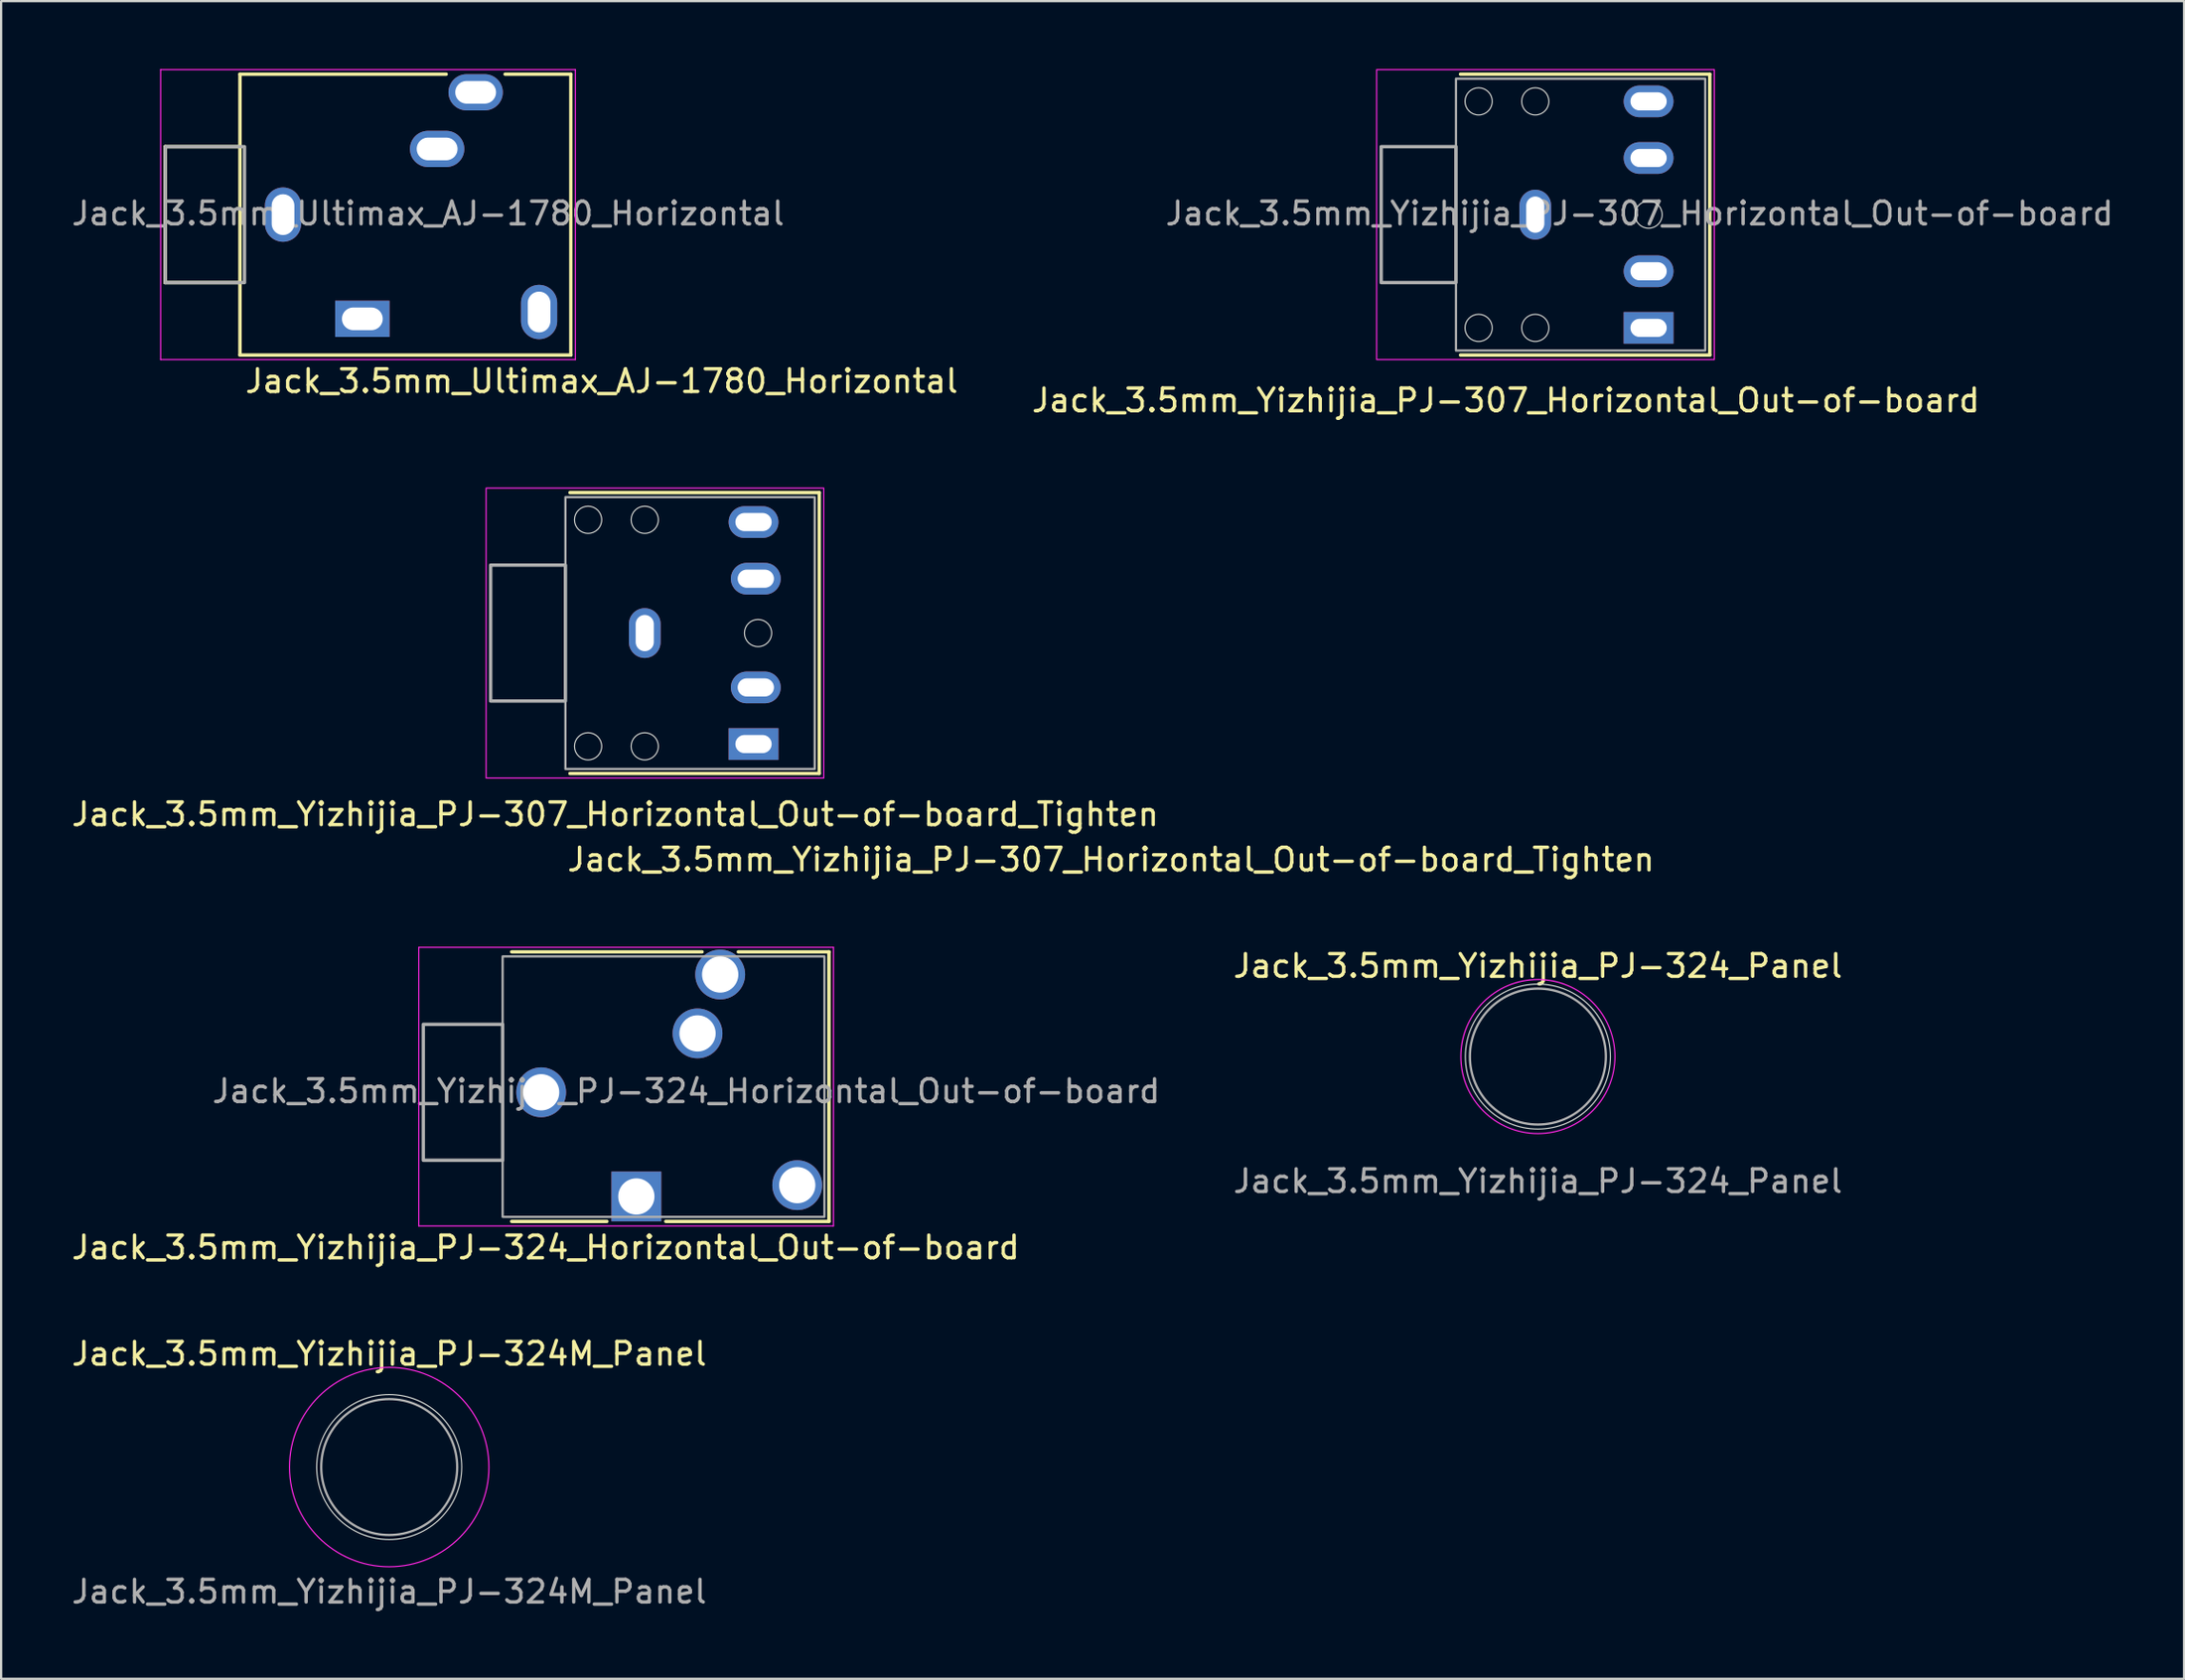
<source format=kicad_pcb>
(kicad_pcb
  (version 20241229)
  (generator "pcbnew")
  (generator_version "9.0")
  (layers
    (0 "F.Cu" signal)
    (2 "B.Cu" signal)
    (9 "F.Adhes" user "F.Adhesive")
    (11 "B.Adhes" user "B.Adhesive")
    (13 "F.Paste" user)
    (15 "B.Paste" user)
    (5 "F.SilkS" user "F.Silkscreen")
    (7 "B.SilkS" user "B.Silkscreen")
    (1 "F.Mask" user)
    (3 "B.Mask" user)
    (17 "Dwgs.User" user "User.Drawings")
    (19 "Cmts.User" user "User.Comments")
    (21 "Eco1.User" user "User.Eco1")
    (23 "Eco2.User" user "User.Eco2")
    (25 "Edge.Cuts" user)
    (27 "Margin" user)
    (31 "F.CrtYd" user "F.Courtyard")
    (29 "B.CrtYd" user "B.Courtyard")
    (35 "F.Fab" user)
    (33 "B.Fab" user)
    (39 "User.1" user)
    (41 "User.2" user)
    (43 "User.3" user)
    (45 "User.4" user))
  (footprint "Jack_3.5mm_Yizhijia_PJ-324_Panel"
    (layer "F.Cu")
    (at 64.813 46.595)
    (property "Reference" "Jack_3.5mm_Yizhijia_PJ-324_Panel" (at 0 -7 0) (unlocked yes) (layer "F.SilkS") (effects (font (size 1 1) (thickness 0.15))))
    (attr board_only exclude_from_pos_files exclude_from_bom)
    (fp_circle (center 0 -3) (end 3.2 -3) (stroke (width 0.05) (type default)) (fill no) (layer "Edge.Cuts"))
    (fp_circle (center 0 -3) (end 3.4 -3) (stroke (width 0.05) (type default)) (fill no) (layer "F.CrtYd"))
    (fp_circle (center 0 -3) (end 0 0) (stroke (width 0.1) (type default)) (fill no) (layer "F.Fab"))
    (fp_text user "${REFERENCE}" (at 0 2.5 0) (unlocked yes) (layer "F.Fab") (effects (font (size 1 1) (thickness 0.15)))))
  (footprint "Jack_3.5mm_Yizhijia_PJ-307_Horizontal_Out-of-board"
    (layer "F.Cu")
    (at 61.198 6.425)
    (property "Reference" "Jack_3.5mm_Yizhijia_PJ-307_Horizontal_Out-of-board" (at 2.2 8.2 0) (layer "F.SilkS") (effects (font (size 1 1) (thickness 0.15))))
    (attr through_hole)
    (fp_line (start 0.2 -6.2) (end 11.2 -6.2) (stroke (width 0.15) (type solid)) (layer "F.SilkS"))
    (fp_line (start 11.2 -6.2) (end 11.2 6.2) (stroke (width 0.15) (type solid)) (layer "F.SilkS"))
    (fp_line (start 11.2 6.2) (end 0.2 6.2) (stroke (width 0.15) (type solid)) (layer "F.SilkS"))
    (fp_circle (center 1 -5) (end 1.6 -5) (stroke (width 0.05) (type default)) (fill no) (layer "Edge.Cuts"))
    (fp_circle (center 1 5) (end 1.6 5) (stroke (width 0.05) (type default)) (fill no) (layer "Edge.Cuts"))
    (fp_circle (center 3.5 -5) (end 4.1 -5) (stroke (width 0.05) (type default)) (fill no) (layer "Edge.Cuts"))
    (fp_circle (center 3.5 5) (end 4.1 5) (stroke (width 0.05) (type default)) (fill no) (layer "Edge.Cuts"))
    (fp_circle (center 8.5 0) (end 9.1 0) (stroke (width 0.05) (type default)) (fill no) (layer "Edge.Cuts"))
    (fp_rect (start -3.5 -6.4) (end 11.4 6.4) (stroke (width 0.05) (type default)) (fill no) (layer "F.CrtYd"))
    (fp_rect (start -3.3 -3) (end 0 3) (stroke (width 0.15) (type default)) (fill no) (layer "F.Fab"))
    (fp_rect (start 0 -6) (end 11 6) (stroke (width 0.1) (type default)) (fill no) (layer "F.Fab"))
    (fp_text user "${REFERENCE}" (at 8.1 -0.05 0) (layer "F.Fab") (effects (font (size 1 1) (thickness 0.15))))
    (pad "R" thru_hole oval (at 8.5 -5 90) (size 1.4 2.2) (drill oval 0.8 1.6) (layers "*.Cu" "*.Mask"))
    (pad "RN" thru_hole oval (at 8.5 -2.5 90) (size 1.4 2.2) (drill oval 0.8 1.6) (layers "*.Cu" "*.Mask"))
    (pad "S" thru_hole oval (at 3.5 0 180) (size 1.4 2.2) (drill oval 0.8 1.6) (layers "*.Cu" "*.Mask"))
    (pad "T" thru_hole rect (at 8.5 5 90) (size 1.4 2.2) (drill oval 0.8 1.6) (layers "*.Cu" "*.Mask"))
    (pad "TN" thru_hole oval (at 8.5 2.5 90) (size 1.4 2.2) (drill oval 0.8 1.6) (layers "*.Cu" "*.Mask")))
  (footprint "Jack_3.5mm_Ultimax_AJ-1780_Horizontal"
    (layer "F.Cu")
    (at 12.939 11.025)
    (property "Reference" "Jack_3.5mm_Ultimax_AJ-1780_Horizontal" (at -5.25 2.75 0) (layer "F.SilkS") (effects (font (size 1 1) (thickness 0.15)) (justify left)))
    (attr through_hole)
    (fp_line (start -8.7 -7.6) (end -8.7 -1.6) (stroke (width 0.15) (type default)) (layer "F.SilkS"))
    (fp_line (start -8.7 -1.6) (end -5.4 -1.6) (stroke (width 0.15) (type default)) (layer "F.SilkS"))
    (fp_line (start -5.4 -10.8) (end 3.7 -10.8) (stroke (width 0.15) (type solid)) (layer "F.SilkS"))
    (fp_line (start -5.4 -7.6) (end -8.7 -7.6) (stroke (width 0.15) (type default)) (layer "F.SilkS"))
    (fp_line (start -5.4 1.6) (end -5.4 -10.8) (stroke (width 0.15) (type solid)) (layer "F.SilkS"))
    (fp_line (start 9.2 -10.8) (end 6.3 -10.8) (stroke (width 0.15) (type solid)) (layer "F.SilkS"))
    (fp_line (start 9.2 -10.8) (end 9.2 1.6) (stroke (width 0.15) (type solid)) (layer "F.SilkS"))
    (fp_line (start 9.2 1.6) (end -5.4 1.6) (stroke (width 0.15) (type solid)) (layer "F.SilkS"))
    (fp_line (start -8.9 -11) (end -8.9 1.8) (stroke (width 0.05) (type solid)) (layer "F.CrtYd"))
    (fp_line (start -8.9 1.8) (end 9.4 1.8) (stroke (width 0.05) (type solid)) (layer "F.CrtYd"))
    (fp_line (start 9.4 -11) (end -8.9 -11) (stroke (width 0.05) (type solid)) (layer "F.CrtYd"))
    (fp_line (start 9.4 1.8) (end 9.4 -11) (stroke (width 0.05) (type solid)) (layer "F.CrtYd"))
    (fp_rect (start -8.7 -7.6) (end -5.2 -1.6) (stroke (width 0.15) (type default)) (fill no) (layer "F.Fab"))
    (fp_text user "${REFERENCE}" (at 2.9 -4.65 0) (layer "F.Fab") (effects (font (size 1 1) (thickness 0.15))))
    (pad "R" thru_hole oval (at 5 -10 180) (size 2.4 1.6) (drill oval 1.8 1) (layers "*.Cu" "*.Mask"))
    (pad "RN" thru_hole oval (at 3.3 -7.5 180) (size 2.4 1.6) (drill oval 1.8 1) (layers "*.Cu" "*.Mask"))
    (pad "S" thru_hole oval (at -3.5 -4.6 90) (size 2.4 1.6) (drill oval 1.8 1) (layers "*.Cu" "*.Mask"))
    (pad "T" thru_hole rect (at 0 0 180) (size 2.4 1.6) (drill oval 1.8 1) (layers "*.Cu" "*.Mask"))
    (pad "TN" thru_hole oval (at 7.8 -0.3 90) (size 2.4 1.6) (drill oval 1.8 1) (layers "*.Cu" "*.Mask")))
  (footprint "Jack_3.5mm_Yizhijia_PJ-324M_Panel"
    (layer "F.Cu")
    (at 14.125 64.718)
    (property "Reference" "Jack_3.5mm_Yizhijia_PJ-324M_Panel" (at 0 -8 0) (unlocked yes) (layer "F.SilkS") (effects (font (size 1 1) (thickness 0.15))))
    (attr board_only exclude_from_pos_files exclude_from_bom)
    (fp_circle (center 0 -3) (end 4.2 -3) (stroke (width 0.1) (type solid)) (fill yes) (layer "F.Mask"))
    (fp_circle (center 0 -3) (end 3.2 -3) (stroke (width 0.05) (type default)) (fill no) (layer "Edge.Cuts"))
    (fp_circle (center 0 -3) (end 4.4 -3) (stroke (width 0.05) (type default)) (fill no) (layer "F.CrtYd"))
    (fp_circle (center 0 -3) (end 0 0) (stroke (width 0.1) (type default)) (fill no) (layer "F.Fab"))
    (fp_text user "${REFERENCE}" (at 0 2.5 0) (unlocked yes) (layer "F.Fab") (effects (font (size 1 1) (thickness 0.15)))))
  (footprint "Jack_3.5mm_Yizhijia_PJ-324_Horizontal_Out-of-board"
    (layer "F.Cu")
    (at 19.13 45.172)
    (property "Reference" "Jack_3.5mm_Yizhijia_PJ-324_Horizontal_Out-of-board" (at 1.9 6.85 0) (layer "F.SilkS") (effects (font (size 1 1) (thickness 0.15))))
    (attr through_hole)
    (fp_line (start 0.4 -6.2) (end 8.8 -6.2) (stroke (width 0.15) (type default)) (layer "F.SilkS"))
    (fp_line (start 4.6 5.7) (end 0.4 5.7) (stroke (width 0.15) (type default)) (layer "F.SilkS"))
    (fp_line (start 10.4 -6.2) (end 14.4 -6.2) (stroke (width 0.15) (type solid)) (layer "F.SilkS"))
    (fp_line (start 14.4 -6.2) (end 14.4 5.7) (stroke (width 0.15) (type solid)) (layer "F.SilkS"))
    (fp_line (start 14.4 5.7) (end 7.2 5.7) (stroke (width 0.15) (type solid)) (layer "F.SilkS"))
    (fp_line (start -3.7 -6.4) (end -3.7 5.9) (stroke (width 0.05) (type solid)) (layer "F.CrtYd"))
    (fp_line (start -3.7 5.9) (end 14.6 5.9) (stroke (width 0.05) (type solid)) (layer "F.CrtYd"))
    (fp_line (start 14.6 -6.4) (end -3.7 -6.4) (stroke (width 0.05) (type solid)) (layer "F.CrtYd"))
    (fp_line (start 14.6 5.9) (end 14.6 -6.4) (stroke (width 0.05) (type solid)) (layer "F.CrtYd"))
    (fp_rect (start -3.5 -3) (end 0 3) (stroke (width 0.15) (type default)) (fill no) (layer "F.Fab"))
    (fp_rect (start 0 -6) (end 14.2 5.5) (stroke (width 0.1) (type default)) (fill no) (layer "F.Fab"))
    (fp_text user "${REFERENCE}" (at 8.1 -0.05 0) (layer "F.Fab") (effects (font (size 1 1) (thickness 0.15))))
    (pad "R" thru_hole circle (at 9.6 -5.2 90) (size 2.2 2.2) (drill 1.6) (layers "*.Cu" "*.Mask"))
    (pad "RN" thru_hole circle (at 8.6 -2.6 90) (size 2.2 2.2) (drill 1.6) (layers "*.Cu" "*.Mask"))
    (pad "S" thru_hole circle (at 1.7 0 90) (size 2.2 2.2) (drill 1.6) (layers "*.Cu" "*.Mask"))
    (pad "T" thru_hole rect (at 5.9 4.6 90) (size 2.2 2.2) (drill 1.6) (layers "*.Cu" "*.Mask"))
    (pad "TN" thru_hole circle (at 13 4.1 90) (size 2.2 2.2) (drill 1.6) (layers "*.Cu" "*.Mask")))
  (footprint "Jack_3.5mm_Yizhijia_PJ-307_Horizontal_Out-of-board_Tighten"
    (layer "F.Cu")
    (at 21.901 24.898)
    (property "Reference" "Jack_3.5mm_Yizhijia_PJ-307_Horizontal_Out-of-board_Tighten" (at 2.2 8 0) (layer "F.SilkS") (effects (font (size 1 1) (thickness 0.15))))
    (attr through_hole)
    (fp_line (start 0.2 -6.2) (end 11.2 -6.2) (stroke (width 0.15) (type solid)) (layer "F.SilkS"))
    (fp_line (start 11.2 -6.2) (end 11.2 6.2) (stroke (width 0.15) (type solid)) (layer "F.SilkS"))
    (fp_line (start 11.2 6.2) (end 0.2 6.2) (stroke (width 0.15) (type solid)) (layer "F.SilkS"))
    (fp_circle (center 1 -5) (end 1.6 -5) (stroke (width 0.05) (type default)) (fill no) (layer "Edge.Cuts"))
    (fp_circle (center 1 5) (end 1.6 5) (stroke (width 0.05) (type default)) (fill no) (layer "Edge.Cuts"))
    (fp_circle (center 3.5 -5) (end 4.1 -5) (stroke (width 0.05) (type default)) (fill no) (layer "Edge.Cuts"))
    (fp_circle (center 3.5 5) (end 4.1 5) (stroke (width 0.05) (type default)) (fill no) (layer "Edge.Cuts"))
    (fp_circle (center 8.5 0) (end 9.1 0) (stroke (width 0.05) (type default)) (fill no) (layer "Edge.Cuts"))
    (fp_rect (start -3.5 -6.4) (end 11.4 6.4) (stroke (width 0.05) (type default)) (fill no) (layer "F.CrtYd"))
    (fp_rect (start -3.3 -3) (end 0 3) (stroke (width 0.15) (type default)) (fill no) (layer "F.Fab"))
    (fp_rect (start 0 -6) (end 11 6) (stroke (width 0.1) (type default)) (fill no) (layer "F.Fab"))
    (fp_text user "${REFERENCE}" (at 0 10 0) (layer "F.SilkS") (effects (font (size 1 1) (thickness 0.15)) (justify left)))
    (pad "R" thru_hole oval (at 8.3 -4.9 90) (size 1.4 2.2) (drill oval 0.8 1.6) (layers "*.Cu" "*.Mask"))
    (pad "RN" thru_hole oval (at 8.4 -2.4 90) (size 1.4 2.2) (drill oval 0.8 1.6) (layers "*.Cu" "*.Mask"))
    (pad "S" thru_hole oval (at 3.5 0 180) (size 1.4 2.2) (drill oval 0.8 1.6) (layers "*.Cu" "*.Mask"))
    (pad "T" thru_hole rect (at 8.3 4.9 90) (size 1.4 2.2) (drill oval 0.8 1.6) (layers "*.Cu" "*.Mask"))
    (pad "TN" thru_hole oval (at 8.4 2.4 90) (size 1.4 2.2) (drill oval 0.8 1.6) (layers "*.Cu" "*.Mask")))
  (gr_rect
    (start -3 -3)
    (end 93.327 71.066)
    (stroke (width 0.1) (type default))
    (fill no)
    (layer "Edge.Cuts")))
</source>
